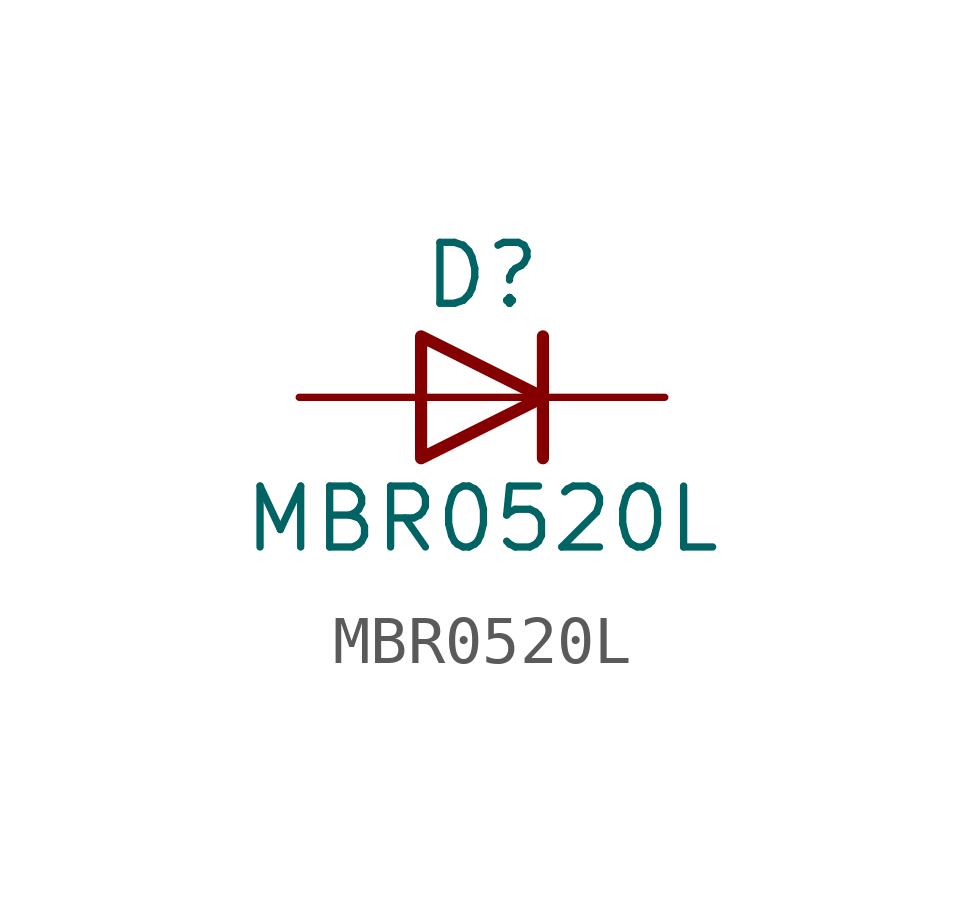
<source format=kicad_sym>
(kicad_symbol_lib
  (version 20211014)
  (generator kicad_symbol_editor)
  (symbol "MBR0520L"
    (pin_numbers hide)
    (pin_names
      (offset 1.016) hide)
    (property "Reference" "D"
      (at 0 2.54 0)
      (effects (font (size 1.27 1.27))))
    (property "Value" "MBR0520L"
      (at 0 -2.54 0)
      (effects (font (size 1.27 1.27))))
    (symbol "MBR0520L_0_1"
      (polyline (pts (xy 1.27 0) (xy -1.27 0)) (stroke (width 0) (type default) (color 0 0 0 0)) (fill (type none)))
      (polyline (pts (xy 1.27 1.27) (xy 1.27 -1.27)) (stroke (width 0.254) (type default) (color 0 0 0 0)) (fill (type none)))
      (polyline (pts (xy -1.27 -1.27) (xy -1.27 1.27) (xy 1.27 0) (xy -1.27 -1.27)) (stroke (width 0.254) (type default) (color 0 0 0 0)) (fill (type none))))
    (symbol "MBR0520L_1_1"
      (pin passive line (at 3.81 0 180) (length 2.54) (name "K" (effects (font (size 1.27 1.27)))) (number "1" (effects (font (size 1.27 1.27)))))
      (pin passive line (at -3.81 0 0) (length 2.54) (name "A" (effects (font (size 1.27 1.27)))) (number "2" (effects (font (size 1.27 1.27))))))))
</source>
